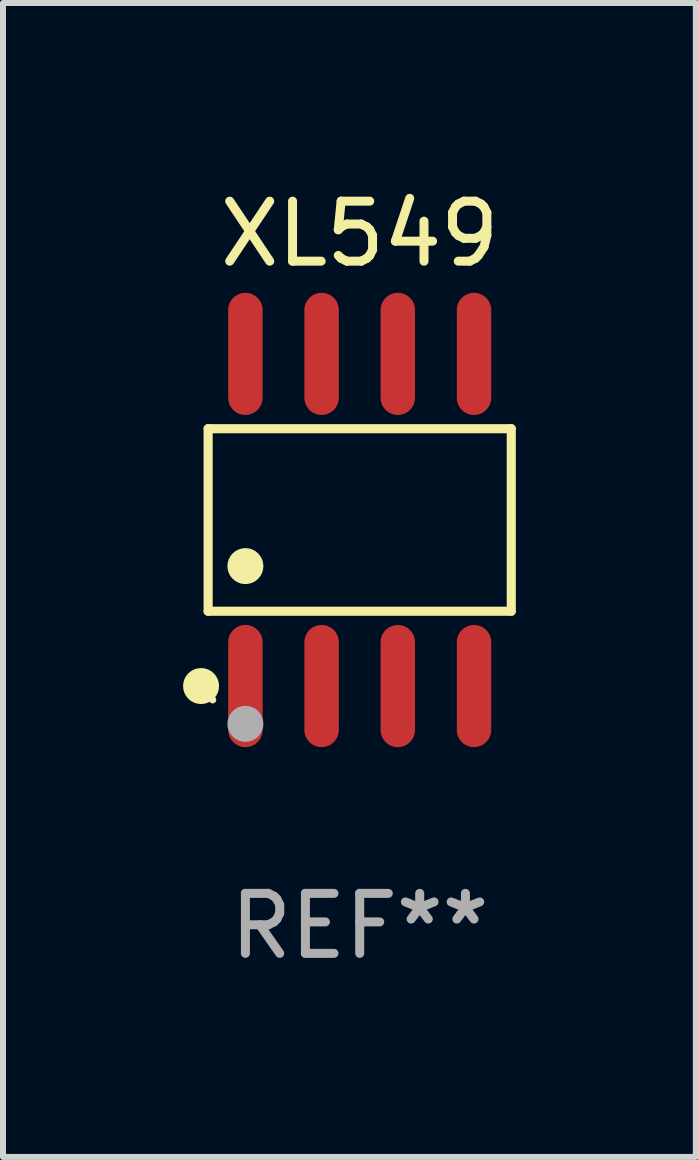
<source format=kicad_pcb>
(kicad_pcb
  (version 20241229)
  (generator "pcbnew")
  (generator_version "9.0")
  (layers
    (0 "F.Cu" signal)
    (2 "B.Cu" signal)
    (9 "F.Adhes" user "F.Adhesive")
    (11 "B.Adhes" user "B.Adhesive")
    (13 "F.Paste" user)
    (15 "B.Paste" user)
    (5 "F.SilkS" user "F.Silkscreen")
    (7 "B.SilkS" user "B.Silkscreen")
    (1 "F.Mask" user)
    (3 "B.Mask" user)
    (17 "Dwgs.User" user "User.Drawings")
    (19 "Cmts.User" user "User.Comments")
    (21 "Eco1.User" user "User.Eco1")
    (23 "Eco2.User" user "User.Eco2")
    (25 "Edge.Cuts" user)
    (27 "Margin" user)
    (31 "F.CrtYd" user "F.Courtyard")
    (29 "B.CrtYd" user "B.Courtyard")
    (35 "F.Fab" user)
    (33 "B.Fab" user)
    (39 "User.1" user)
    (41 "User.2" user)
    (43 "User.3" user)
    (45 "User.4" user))
  (footprint "XL549"
    (layer "F.Cu")
    (at 2.945 5.616)
    (property "Reference" "XL549" (at 0 -4.768 0) (layer "F.SilkS") (effects (font (size 1 1) (thickness 0.15))))
    (attr through_hole)
    (fp_line (start -2.526 -1.521) (end 2.526 -1.521) (stroke (width 0.152) (type solid)) (layer "F.SilkS"))
    (fp_line (start -2.526 1.521) (end -2.526 -1.521) (stroke (width 0.152) (type solid)) (layer "F.SilkS"))
    (fp_line (start 2.526 -1.521) (end 2.526 1.521) (stroke (width 0.152) (type solid)) (layer "F.SilkS"))
    (fp_line (start 2.526 1.521) (end -2.526 1.521) (stroke (width 0.152) (type solid)) (layer "F.SilkS"))
    (fp_circle (center -2.644 2.768) (end -2.494 2.768) (stroke (width 0.3) (type solid)) (fill no) (layer "F.SilkS"))
    (fp_circle (center -2.45 2.998) (end -2.42 2.998) (stroke (width 0.06) (type solid)) (fill no) (layer "F.SilkS"))
    (fp_circle (center -1.905 0.769) (end -1.755 0.769) (stroke (width 0.3) (type solid)) (fill no) (layer "F.SilkS"))
    (fp_circle (center -1.905 3.398) (end -1.755 3.398) (stroke (width 0.3) (type solid)) (fill no) (layer "F.Fab"))
    (fp_text user "REF**" (at 0 6.768 0) (layer "F.Fab") (effects (font (size 1 1) (thickness 0.15))))
    (pad "1" smd oval (at -1.905 2.768) (size 0.574 2.036) (layers "F.Cu" "F.Mask" "F.Paste"))
    (pad "2" smd oval (at -0.635 2.768) (size 0.574 2.036) (layers "F.Cu" "F.Mask" "F.Paste"))
    (pad "3" smd oval (at 0.635 2.768) (size 0.574 2.036) (layers "F.Cu" "F.Mask" "F.Paste"))
    (pad "4" smd oval (at 1.905 2.768) (size 0.574 2.036) (layers "F.Cu" "F.Mask" "F.Paste"))
    (pad "5" smd oval (at 1.905 -2.768) (size 0.574 2.036) (layers "F.Cu" "F.Mask" "F.Paste"))
    (pad "6" smd oval (at 0.635 -2.768) (size 0.574 2.036) (layers "F.Cu" "F.Mask" "F.Paste"))
    (pad "7" smd oval (at -0.635 -2.768) (size 0.574 2.036) (layers "F.Cu" "F.Mask" "F.Paste"))
    (pad "8" smd oval (at -1.905 -2.768) (size 0.574 2.036) (layers "F.Cu" "F.Mask" "F.Paste")))
  (gr_rect
    (start -3 -3)
    (end 8.547 16.232)
    (stroke (width 0.1) (type default))
    (fill no)
    (layer "Edge.Cuts")))
</source>
